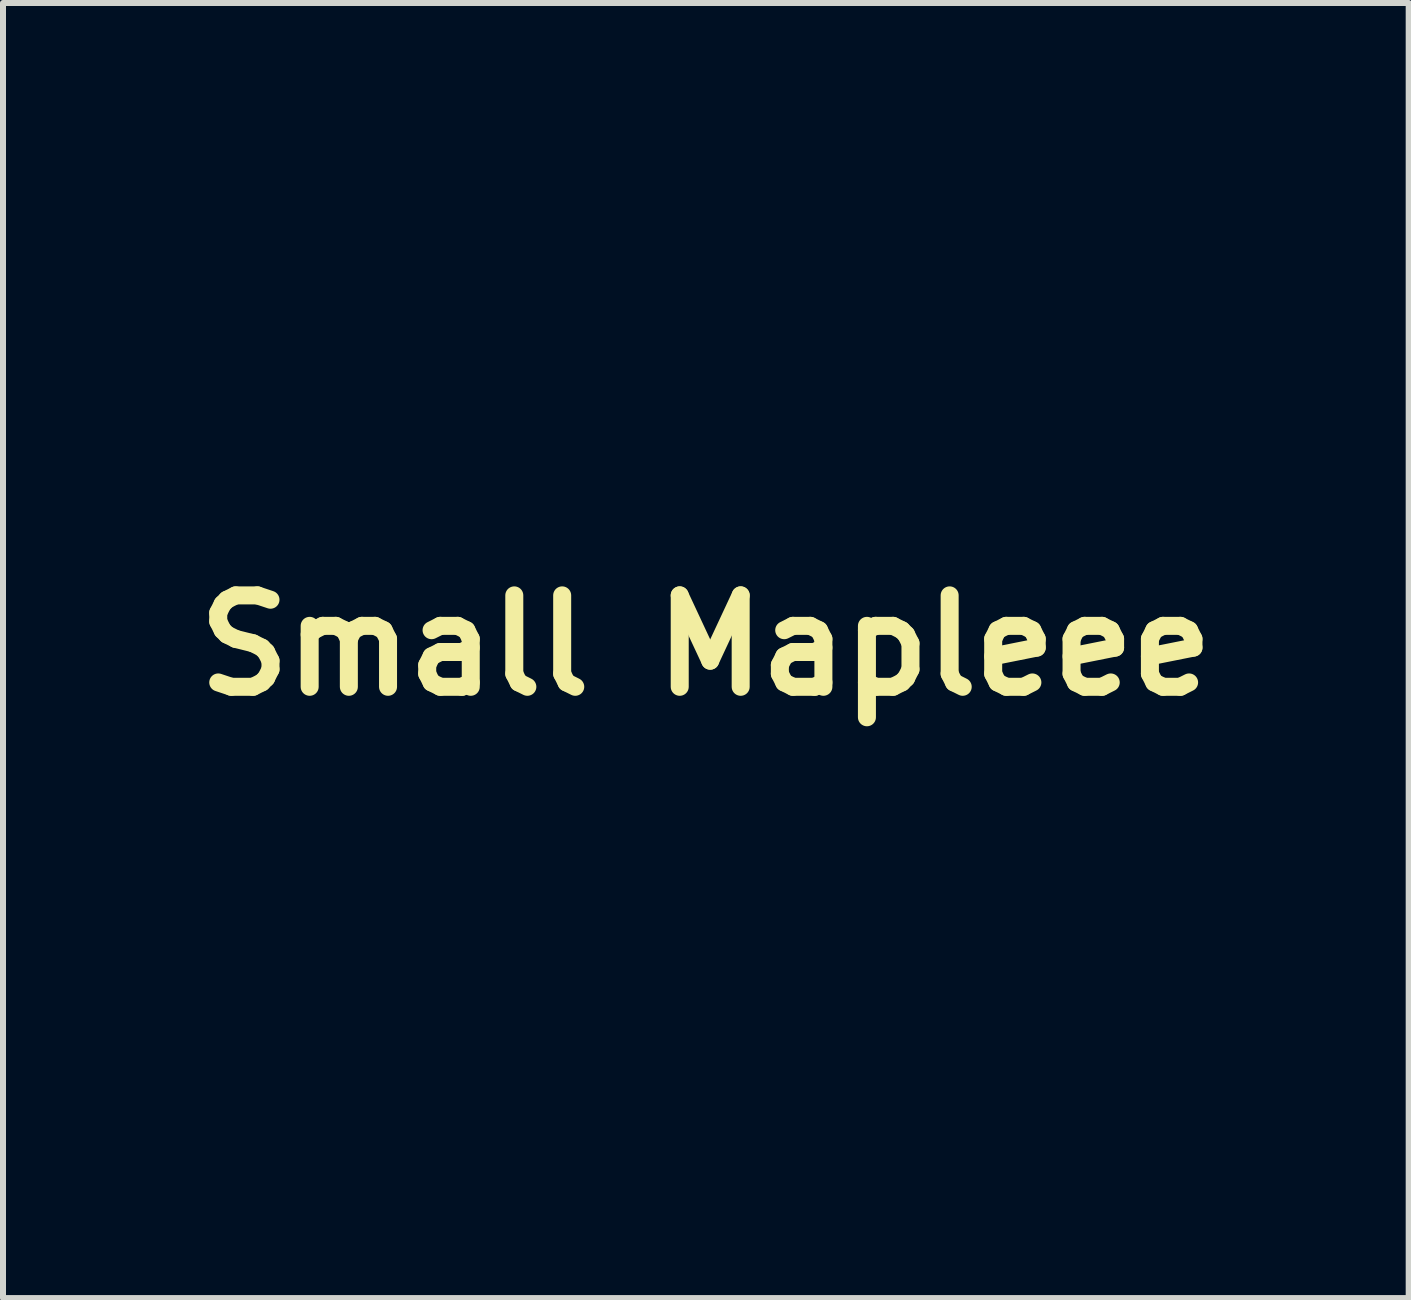
<source format=kicad_pcb>
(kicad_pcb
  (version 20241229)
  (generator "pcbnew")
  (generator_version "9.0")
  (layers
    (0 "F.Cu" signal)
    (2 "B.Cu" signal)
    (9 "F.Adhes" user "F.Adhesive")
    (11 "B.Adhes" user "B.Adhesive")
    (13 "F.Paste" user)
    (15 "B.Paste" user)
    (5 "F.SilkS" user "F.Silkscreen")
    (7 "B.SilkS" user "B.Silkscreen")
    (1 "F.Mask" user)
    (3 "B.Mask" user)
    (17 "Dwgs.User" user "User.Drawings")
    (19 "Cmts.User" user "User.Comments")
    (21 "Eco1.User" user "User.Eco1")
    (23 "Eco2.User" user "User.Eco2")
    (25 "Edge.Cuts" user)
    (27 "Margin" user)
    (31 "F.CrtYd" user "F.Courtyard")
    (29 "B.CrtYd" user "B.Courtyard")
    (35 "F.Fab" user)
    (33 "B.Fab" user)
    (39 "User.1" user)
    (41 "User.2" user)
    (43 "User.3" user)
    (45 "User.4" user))
  (footprint "Small Mapleee"
    (layer "F.Cu")
    (at 8.716 7.709)
    (property "Reference" "Small Mapleee" (at 0 0 0) (layer "F.SilkS") (effects (font (size 1.524 1.524) (thickness 0.3))))
    (attr through_hole)
    (fp_poly (pts (xy 0.169 -7.647) (xy 0.34 -7.44) (xy 0.547 -7.083) (xy 0.811 -6.577) (xy 0.883 -6.435) (xy 1.1 -6.016) (xy 1.291 -5.655) (xy 1.443 -5.377) (xy 1.542 -5.207) (xy 1.574 -5.165) (xy 1.662 -5.202) (xy 1.86 -5.302) (xy 2.129 -5.444) (xy 2.2 -5.482) (xy 2.496 -5.639) (xy 2.683 -5.721) (xy 2.8 -5.738) (xy 2.884 -5.698) (xy 2.928 -5.658) (xy 2.975 -5.601) (xy 3.003 -5.524) (xy 3.012 -5.404) (xy 2.999 -5.218) (xy 2.962 -4.943) (xy 2.899 -4.557) (xy 2.809 -4.038) (xy 2.758 -3.753) (xy 2.663 -3.223) (xy 2.576 -2.746) (xy 2.503 -2.35) (xy 2.447 -2.059) (xy 2.415 -1.902) (xy 2.41 -1.884) (xy 2.397 -1.79) (xy 2.456 -1.802) (xy 2.593 -1.925) (xy 2.816 -2.167) (xy 3.133 -2.534) (xy 3.246 -2.667) (xy 3.597 -3.077) (xy 3.863 -3.356) (xy 4.061 -3.508) (xy 4.21 -3.538) (xy 4.328 -3.449) (xy 4.431 -3.245) (xy 4.535 -2.942) (xy 4.634 -2.681) (xy 4.734 -2.505) (xy 4.8 -2.455) (xy 4.924 -2.474) (xy 5.174 -2.524) (xy 5.511 -2.598) (xy 5.816 -2.669) (xy 6.268 -2.772) (xy 6.59 -2.824) (xy 6.795 -2.806) (xy 6.899 -2.699) (xy 6.915 -2.487) (xy 6.858 -2.151) (xy 6.743 -1.673) (xy 6.709 -1.54) (xy 6.606 -1.125) (xy 6.521 -0.76) (xy 6.461 -0.483) (xy 6.435 -0.327) (xy 6.435 -0.316) (xy 6.506 -0.189) (xy 6.687 -0.047) (xy 6.758 -0.008) (xy 7.065 0.173) (xy 7.221 0.332) (xy 7.237 0.488) (xy 7.186 0.587) (xy 7.09 0.686) (xy 6.885 0.877) (xy 6.588 1.142) (xy 6.221 1.464) (xy 5.801 1.826) (xy 5.503 2.08) (xy 5.063 2.457) (xy 4.665 2.802) (xy 4.327 3.099) (xy 4.069 3.332) (xy 3.909 3.484) (xy 3.865 3.533) (xy 3.846 3.686) (xy 3.878 3.956) (xy 3.933 4.212) (xy 4 4.489) (xy 4.03 4.695) (xy 4.005 4.837) (xy 3.907 4.924) (xy 3.717 4.961) (xy 3.417 4.956) (xy 2.988 4.916) (xy 2.412 4.849) (xy 2.313 4.837) (xy 1.817 4.778) (xy 1.371 4.727) (xy 1.006 4.688) (xy 0.753 4.663) (xy 0.646 4.656) (xy 0.592 4.664) (xy 0.553 4.703) (xy 0.528 4.795) (xy 0.516 4.962) (xy 0.516 5.227) (xy 0.526 5.612) (xy 0.546 6.14) (xy 0.55 6.265) (xy 0.612 7.874) (xy -0.534 7.874) (xy -0.474 6.265) (xy -0.455 5.688) (xy -0.447 5.26) (xy -0.449 4.963) (xy -0.464 4.776) (xy -0.49 4.681) (xy -0.525 4.658) (xy -0.643 4.668) (xy -0.898 4.696) (xy -1.259 4.738) (xy -1.694 4.791) (xy -1.985 4.827) (xy -2.632 4.906) (xy -3.129 4.959) (xy -3.492 4.98) (xy -3.738 4.965) (xy -3.885 4.909) (xy -3.949 4.806) (xy -3.947 4.651) (xy -3.897 4.441) (xy -3.851 4.283) (xy -3.788 4.072) (xy -3.749 3.899) (xy -3.747 3.744) (xy -3.794 3.592) (xy -3.902 3.425) (xy -4.084 3.224) (xy -4.353 2.973) (xy -4.721 2.653) (xy -5.199 2.247) (xy -5.417 2.064) (xy -5.974 1.588) (xy -6.409 1.208) (xy -6.729 0.913) (xy -6.947 0.695) (xy -7.07 0.543) (xy -7.093 0.489) (xy -6.265 0.489) (xy -6.203 0.56) (xy -6.03 0.723) (xy -5.763 0.962) (xy -5.421 1.26) (xy -5.024 1.601) (xy -4.817 1.776) (xy -4.389 2.14) (xy -4.001 2.478) (xy -3.672 2.77) (xy -3.423 3) (xy -3.275 3.147) (xy -3.248 3.181) (xy -3.131 3.499) (xy -3.124 3.901) (xy -3.162 4.111) (xy -3.224 4.37) (xy -2.014 4.221) (xy -1.547 4.166) (xy -1.109 4.12) (xy -0.743 4.086) (xy -0.492 4.069) (xy -0.449 4.068) (xy -0.218 4.083) (xy -0.068 4.124) (xy -0.047 4.142) (xy 0.056 4.165) (xy 0.234 4.106) (xy 0.35 4.064) (xy 0.5 4.043) (xy 0.714 4.045) (xy 1.022 4.071) (xy 1.455 4.122) (xy 1.693 4.153) (xy 2.256 4.226) (xy 2.671 4.277) (xy 2.96 4.304) (xy 3.144 4.302) (xy 3.245 4.27) (xy 3.284 4.204) (xy 3.281 4.101) (xy 3.258 3.958) (xy 3.255 3.936) (xy 3.241 3.577) (xy 3.298 3.311) (xy 3.391 3.186) (xy 3.598 2.97) (xy 3.899 2.68) (xy 4.277 2.331) (xy 4.714 1.941) (xy 5.192 1.525) (xy 5.692 1.1) (xy 6.168 0.706) (xy 6.392 0.524) (xy 6.153 0.335) (xy 5.972 0.171) (xy 5.862 -0.002) (xy 5.82 -0.216) (xy 5.841 -0.507) (xy 5.922 -0.908) (xy 5.981 -1.15) (xy 6.067 -1.515) (xy 6.131 -1.814) (xy 6.163 -2.014) (xy 6.162 -2.079) (xy 6.065 -2.081) (xy 5.85 -2.048) (xy 5.561 -1.987) (xy 5.537 -1.982) (xy 5.085 -1.887) (xy 4.759 -1.854) (xy 4.524 -1.884) (xy 4.348 -1.981) (xy 4.255 -2.074) (xy 4.124 -2.259) (xy 4.064 -2.409) (xy 4.064 -2.418) (xy 4.04 -2.52) (xy 3.96 -2.513) (xy 3.814 -2.389) (xy 3.589 -2.139) (xy 3.426 -1.943) (xy 3.093 -1.551) (xy 2.831 -1.281) (xy 2.616 -1.114) (xy 2.427 -1.033) (xy 2.285 -1.016) (xy 2.091 -1.042) (xy 1.951 -1.132) (xy 1.864 -1.3) (xy 1.828 -1.563) (xy 1.842 -1.937) (xy 1.904 -2.438) (xy 2.012 -3.081) (xy 2.057 -3.323) (xy 2.16 -3.893) (xy 2.229 -4.337) (xy 2.265 -4.644) (xy 2.264 -4.803) (xy 2.25 -4.823) (xy 2.116 -4.774) (xy 1.995 -4.696) (xy 1.723 -4.584) (xy 1.421 -4.595) (xy 1.162 -4.726) (xy 1.124 -4.763) (xy 1.016 -4.915) (xy 0.858 -5.18) (xy 0.672 -5.518) (xy 0.516 -5.821) (xy 0.341 -6.164) (xy 0.192 -6.443) (xy 0.086 -6.628) (xy 0.039 -6.689) (xy -0.013 -6.617) (xy -0.122 -6.422) (xy -0.272 -6.132) (xy -0.448 -5.778) (xy -0.459 -5.757) (xy -0.643 -5.384) (xy -0.81 -5.06) (xy -0.941 -4.82) (xy -1.017 -4.698) (xy -1.193 -4.602) (xy -1.462 -4.578) (xy -1.761 -4.626) (xy -1.952 -4.701) (xy -2.055 -4.755) (xy -2.129 -4.781) (xy -2.172 -4.757) (xy -2.184 -4.665) (xy -2.166 -4.484) (xy -2.118 -4.194) (xy -2.039 -3.775) (xy -1.947 -3.302) (xy -1.826 -2.641) (xy -1.746 -2.124) (xy -1.707 -1.731) (xy -1.707 -1.442) (xy -1.746 -1.238) (xy -1.823 -1.098) (xy -1.833 -1.086) (xy -2.005 -0.954) (xy -2.197 -0.93) (xy -2.423 -1.021) (xy -2.698 -1.236) (xy -3.035 -1.581) (xy -3.345 -1.941) (xy -3.615 -2.257) (xy -3.799 -2.447) (xy -3.911 -2.522) (xy -3.967 -2.494) (xy -3.982 -2.392) (xy -4.065 -2.147) (xy -4.277 -1.944) (xy -4.424 -1.871) (xy -4.605 -1.838) (xy -4.868 -1.857) (xy -5.249 -1.932) (xy -5.333 -1.952) (xy -5.657 -2.028) (xy -5.919 -2.085) (xy -6.073 -2.115) (xy -6.093 -2.117) (xy -6.1 -2.042) (xy -6.063 -1.839) (xy -5.989 -1.543) (xy -5.918 -1.299) (xy -5.813 -0.923) (xy -5.73 -0.582) (xy -5.681 -0.327) (xy -5.673 -0.236) (xy -5.727 -0.029) (xy -5.86 0.188) (xy -6.027 0.359) (xy -6.177 0.423) (xy -6.262 0.472) (xy -6.265 0.489) (xy -7.093 0.489) (xy -7.11 0.448) (xy -7.11 0.448) (xy -7.057 0.296) (xy -6.879 0.136) (xy -6.71 0.031) (xy -6.482 -0.1) (xy -6.324 -0.193) (xy -6.278 -0.221) (xy -6.289 -0.305) (xy -6.339 -0.522) (xy -6.42 -0.841) (xy -6.524 -1.231) (xy -6.554 -1.337) (xy -6.694 -1.854) (xy -6.788 -2.233) (xy -6.837 -2.495) (xy -6.844 -2.665) (xy -6.812 -2.766) (xy -6.744 -2.819) (xy -6.73 -2.825) (xy -6.598 -2.827) (xy -6.342 -2.793) (xy -6.003 -2.729) (xy -5.714 -2.665) (xy -5.338 -2.579) (xy -5.016 -2.51) (xy -4.788 -2.466) (xy -4.703 -2.455) (xy -4.6 -2.534) (xy -4.506 -2.748) (xy -4.488 -2.815) (xy -4.381 -3.189) (xy -4.281 -3.42) (xy -4.173 -3.533) (xy -4.078 -3.556) (xy -3.956 -3.49) (xy -3.746 -3.302) (xy -3.462 -3.005) (xy -3.13 -2.626) (xy -2.848 -2.298) (xy -2.605 -2.026) (xy -2.422 -1.832) (xy -2.319 -1.737) (xy -2.304 -1.732) (xy -2.309 -1.822) (xy -2.342 -2.054) (xy -2.399 -2.404) (xy -2.477 -2.849) (xy -2.571 -3.364) (xy -2.624 -3.646) (xy -2.738 -4.254) (xy -2.822 -4.718) (xy -2.879 -5.06) (xy -2.909 -5.3) (xy -2.916 -5.46) (xy -2.901 -5.563) (xy -2.868 -5.63) (xy -2.84 -5.661) (xy -2.758 -5.725) (xy -2.661 -5.736) (xy -2.511 -5.686) (xy -2.27 -5.566) (xy -2.115 -5.482) (xy -1.834 -5.333) (xy -1.614 -5.221) (xy -1.495 -5.167) (xy -1.485 -5.165) (xy -1.434 -5.236) (xy -1.322 -5.435) (xy -1.162 -5.736) (xy -0.966 -6.115) (xy -0.804 -6.435) (xy -0.531 -6.977) (xy -0.316 -7.369) (xy -0.14 -7.611) (xy 0.015 -7.704) (xy 0.169 -7.647)) (stroke (width 0.01) (type solid)) (fill yes) (layer "F.Mask")))
  (gr_rect
    (start -3 -3)
    (end 20.432 18.588)
    (stroke (width 0.1) (type default))
    (fill no)
    (layer "Edge.Cuts")))
</source>
